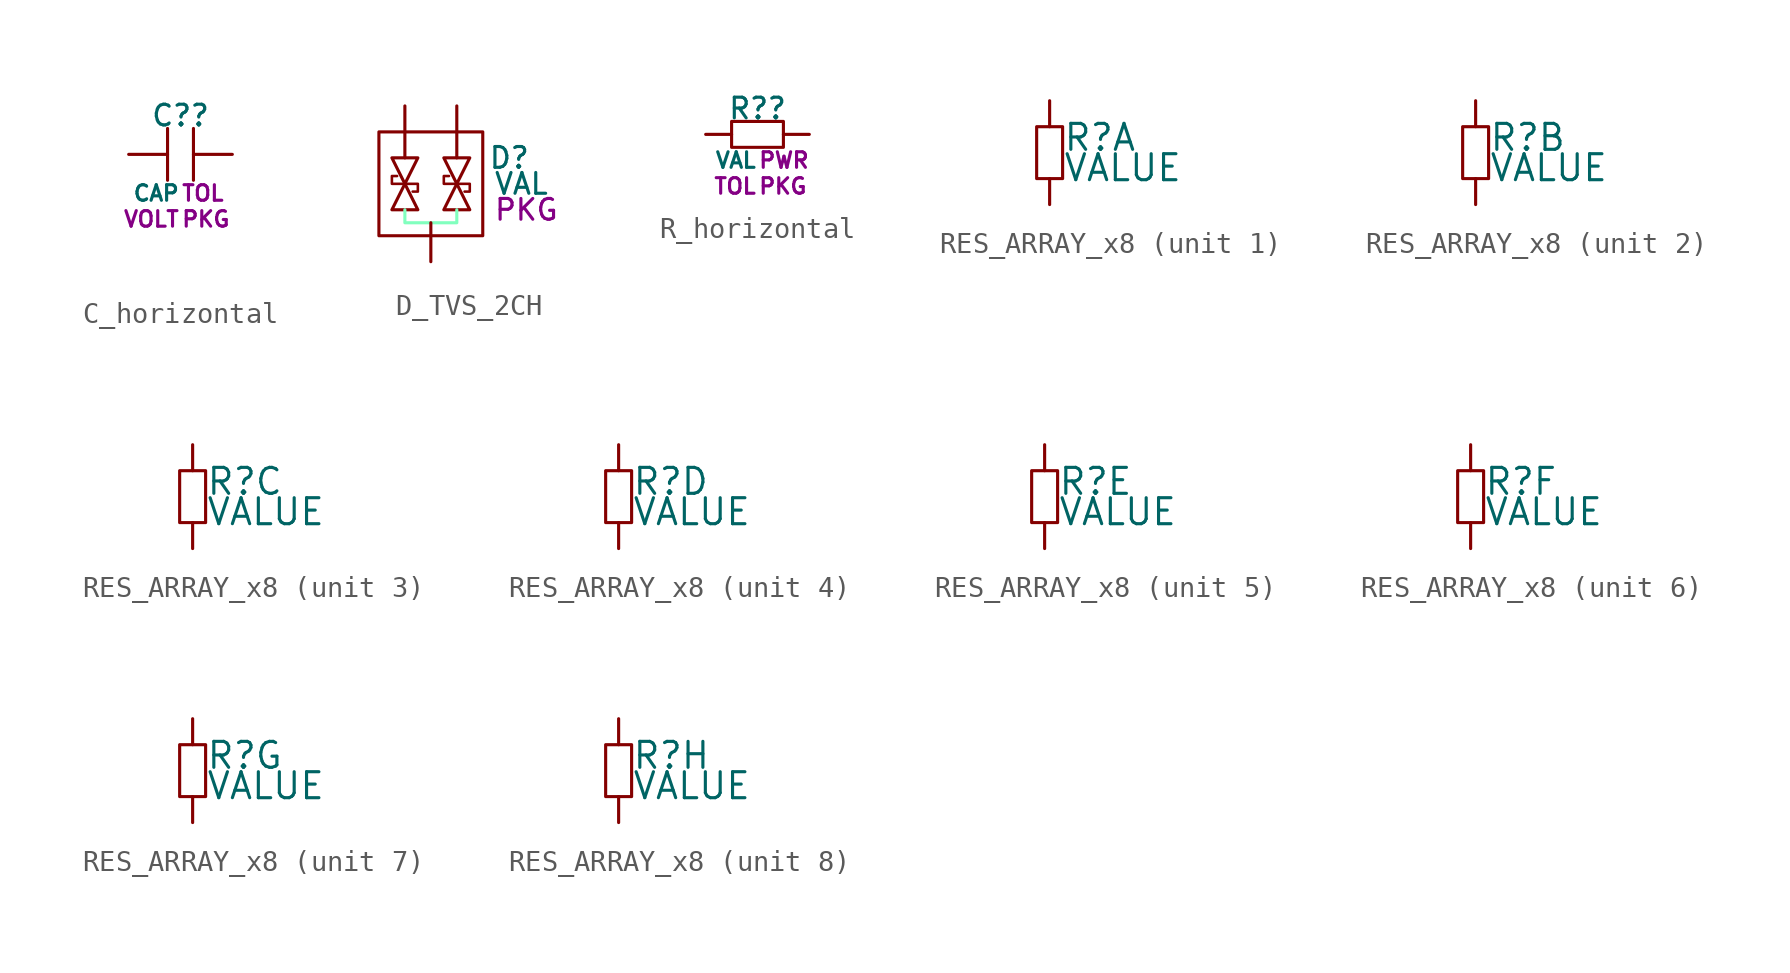
<source format=kicad_sym>
(kicad_symbol_lib
  (version 20231120)
  (generator "kicad_symbol_editor")
  (generator_version "8.0")
  (symbol "C_horizontal"
    (property "Reference" "C?"
      (at 0 1.905 0)
      (do_not_autoplace)
      (effects (font (size 1.016 1.016))))
    (property "Value" "CAP"
      (at 0 -1.905 0)
      (do_not_autoplace)
      (effects (font (size 0.762 0.762)) (justify right)))
    (property "Manufacturer" ""
      (at 0 -5.715 0)
      (effects (font (size 1.27 1.27))))
    (property "mpn" ""
      (at 0 -5.715 0)
      (effects (font (size 1.27 1.27))))
    (property "Tolerace" "TOL"
      (at 0 -1.905 0)
      (do_not_autoplace)
      (effects (font (size 0.762 0.762)) (justify left)))
    (property "Voltage Rating" "VOLT"
      (at 0 -3.175 0)
      (do_not_autoplace)
      (effects (font (size 0.762 0.762)) (justify right)))
    (property "Package" "PKG"
      (at 0 -3.175 0)
      (do_not_autoplace)
      (effects (font (size 0.762 0.762)) (justify left)))
    (property "populate" ""
      (at 0 -5.715 0)
      (effects (font (size 1.27 1.27))))
    (symbol "C_horizontal_0_1"
      (polyline (pts (xy -0.635 -1.27) (xy -0.635 1.27)) (stroke (width 0) (type default)) (fill (type none)))
      (polyline (pts (xy 0.635 -1.27) (xy 0.635 1.27)) (stroke (width 0) (type default)) (fill (type none))))
    (symbol "C_horizontal_1_1"
      (pin passive line (at -2.54 0 0) (length 1.905) (name "" (effects (font (size 0 0)))) (number "1" (effects (font (size 0 0)))))
      (pin passive line (at 2.54 0 180) (length 1.905) (name "" (effects (font (size 0 0)))) (number "2" (effects (font (size 0 0)))))))
  (symbol "D_TVS_2CH"
    (pin_numbers hide)
    (property "Reference" "D"
      (at 2.794 1.27 0)
      (do_not_autoplace)
      (effects (font (size 1.016 1.016)) (justify left)))
    (property "Value" "VAL"
      (at 3.048 0 0)
      (do_not_autoplace)
      (effects (font (size 1.016 1.016)) (justify left)))
    (property "Package" "PKG"
      (at 3.048 -1.27 0)
      (do_not_autoplace)
      (effects (font (size 1.016 1.016)) (justify left)))
    (symbol "D_TVS_2CH_1_0"
      (pin passive line (at 1.27 3.81 270) (length 2.54) (name "" (effects (font (size 1.27 1.27)))) (number "1" (effects (font (size 1.27 1.27)))))
      (pin passive line (at -1.27 3.81 270) (length 2.54) (name "" (effects (font (size 1.27 1.27)))) (number "2" (effects (font (size 1.27 1.27)))))
      (pin passive line (at 0 -3.81 90) (length 1.905) (name "" (effects (font (size 1.27 1.27)))) (number "3" (effects (font (size 1.27 1.27))))))
    (symbol "D_TVS_2CH_1_1"
      (rectangle (start -2.54 2.54) (end 2.54 -2.54) (stroke (width 0) (type default)) (fill (type none)))
      (polyline (pts (xy -1.905 -1.27) (xy -0.635 -1.27) (xy -1.27 0) (xy -1.905 -1.27)) (stroke (width 0.152) (type default)) (fill (type none)))
      (polyline (pts (xy -0.635 1.27) (xy -1.905 1.27) (xy -1.27 0) (xy -0.635 1.27)) (stroke (width 0.152) (type default)) (fill (type none)))
      (polyline (pts (xy 0.635 -1.27) (xy 1.905 -1.27) (xy 1.27 0) (xy 0.635 -1.27)) (stroke (width 0.152) (type default)) (fill (type none)))
      (polyline (pts (xy 1.27 -1.27) (xy 1.27 -1.905) (xy -1.27 -1.905) (xy -1.27 -1.27)) (stroke (width 0) (type default) (color 129 255 190 1)) (fill (type none)))
      (polyline (pts (xy 1.905 1.27) (xy 0.635 1.27) (xy 1.27 0) (xy 1.905 1.27)) (stroke (width 0.152) (type default)) (fill (type none)))
      (polyline (pts (xy -1.27 0) (xy -1.905 0) (xy -1.905 0.254) (xy -1.905 0.381) (xy -1.651 0.381)) (stroke (width 0.127) (type default)) (fill (type none)))
      (polyline (pts (xy -1.27 0) (xy -0.635 0) (xy -0.635 -0.254) (xy -0.635 -0.381) (xy -0.889 -0.381)) (stroke (width 0.127) (type default)) (fill (type none)))
      (polyline (pts (xy 1.27 0) (xy 0.635 0) (xy 0.635 0.254) (xy 0.635 0.381) (xy 0.889 0.381)) (stroke (width 0.127) (type default)) (fill (type none)))
      (polyline (pts (xy 1.27 0) (xy 1.905 0) (xy 1.905 -0.254) (xy 1.905 -0.381) (xy 1.651 -0.381)) (stroke (width 0.127) (type default)) (fill (type none)))))
  (symbol "R_horizontal"
    (property "Reference" "R?"
      (at 0 1.27 0)
      (do_not_autoplace)
      (effects (font (size 1.016 1.016))))
    (property "Value" "VAL"
      (at 0 -1.27 0)
      (do_not_autoplace)
      (effects (font (size 0.762 0.762)) (justify right)))
    (property "Tolerance" "TOL"
      (at 0 -2.54 0)
      (do_not_autoplace)
      (effects (font (size 0.762 0.762)) (justify right)))
    (property "Power Rating" "PWR"
      (at 0 -1.27 0)
      (do_not_autoplace)
      (effects (font (size 0.762 0.762)) (justify left)))
    (property "Package" "PKG"
      (at 0 -2.54 0)
      (do_not_autoplace)
      (effects (font (size 0.762 0.762)) (justify left)))
    (symbol "R_horizontal_0_1"
      (polyline (pts (xy -1.27 -0.635) (xy 1.27 -0.635) (xy 1.27 0.635) (xy -1.27 0.635) (xy -1.27 -0.635)) (stroke (width 0) (type default)) (fill (type none))))
    (symbol "R_horizontal_1_1"
      (pin passive line (at -2.54 0 0) (length 1.27) (name "" (effects (font (size 0 0)))) (number "1" (effects (font (size 0 0)))))
      (pin passive line (at 2.54 0 180) (length 1.27) (name "" (effects (font (size 0 0)))) (number "2" (effects (font (size 0 0)))))))
  (symbol "RES_ARRAY_x8"
    (property "Reference" "R"
      (at 0.635 0 0)
      (effects (font (size 1.27 1.27)) (justify left bottom)))
    (property "Value" "VALUE"
      (at 0.635 0 0)
      (effects (font (size 1.27 1.27)) (justify left top)))
    (property "ki_locked" ""
      (at 0 0 0)
      (effects (font (size 1.27 1.27))))
    (symbol "RES_ARRAY_x8_0_1"
      (polyline (pts (xy -0.635 1.27) (xy -0.635 -1.27) (xy 0.635 -1.27) (xy 0.635 1.27) (xy -0.635 1.27)) (stroke (width 0) (type default)) (fill (type none))))
    (symbol "RES_ARRAY_x8_1_1"
      (pin passive line (at 0 -2.54 90) (length 1.27) (name "" (effects (font (size 0 0)))) (number "1" (effects (font (size 0 0)))))
      (pin passive line (at 0 2.54 270) (length 1.27) (name "" (effects (font (size 0 0)))) (number "16" (effects (font (size 0 0))))))
    (symbol "RES_ARRAY_x8_2_1"
      (pin passive line (at 0 2.54 270) (length 1.27) (name "" (effects (font (size 0 0)))) (number "15" (effects (font (size 0 0)))))
      (pin passive line (at 0 -2.54 90) (length 1.27) (name "" (effects (font (size 0 0)))) (number "2" (effects (font (size 0 0))))))
    (symbol "RES_ARRAY_x8_3_1"
      (pin passive line (at 0 2.54 270) (length 1.27) (name "" (effects (font (size 0 0)))) (number "14" (effects (font (size 0 0)))))
      (pin passive line (at 0 -2.54 90) (length 1.27) (name "" (effects (font (size 0 0)))) (number "3" (effects (font (size 0 0))))))
    (symbol "RES_ARRAY_x8_4_1"
      (pin passive line (at 0 2.54 270) (length 1.27) (name "" (effects (font (size 0 0)))) (number "13" (effects (font (size 0 0)))))
      (pin passive line (at 0 -2.54 90) (length 1.27) (name "" (effects (font (size 0 0)))) (number "4" (effects (font (size 0 0))))))
    (symbol "RES_ARRAY_x8_5_1"
      (pin passive line (at 0 2.54 270) (length 1.27) (name "" (effects (font (size 0 0)))) (number "12" (effects (font (size 0 0)))))
      (pin passive line (at 0 -2.54 90) (length 1.27) (name "" (effects (font (size 0 0)))) (number "5" (effects (font (size 0 0))))))
    (symbol "RES_ARRAY_x8_6_1"
      (pin passive line (at 0 2.54 270) (length 1.27) (name "" (effects (font (size 0 0)))) (number "11" (effects (font (size 0 0)))))
      (pin passive line (at 0 -2.54 90) (length 1.27) (name "" (effects (font (size 0 0)))) (number "6" (effects (font (size 0 0))))))
    (symbol "RES_ARRAY_x8_7_1"
      (pin passive line (at 0 2.54 270) (length 1.27) (name "" (effects (font (size 0 0)))) (number "10" (effects (font (size 0 0)))))
      (pin passive line (at 0 -2.54 90) (length 1.27) (name "" (effects (font (size 0 0)))) (number "7" (effects (font (size 0 0))))))
    (symbol "RES_ARRAY_x8_8_1"
      (pin passive line (at 0 -2.54 90) (length 1.27) (name "" (effects (font (size 0 0)))) (number "8" (effects (font (size 0 0)))))
      (pin passive line (at 0 2.54 270) (length 1.27) (name "" (effects (font (size 0 0)))) (number "9" (effects (font (size 0 0))))))))
</source>
